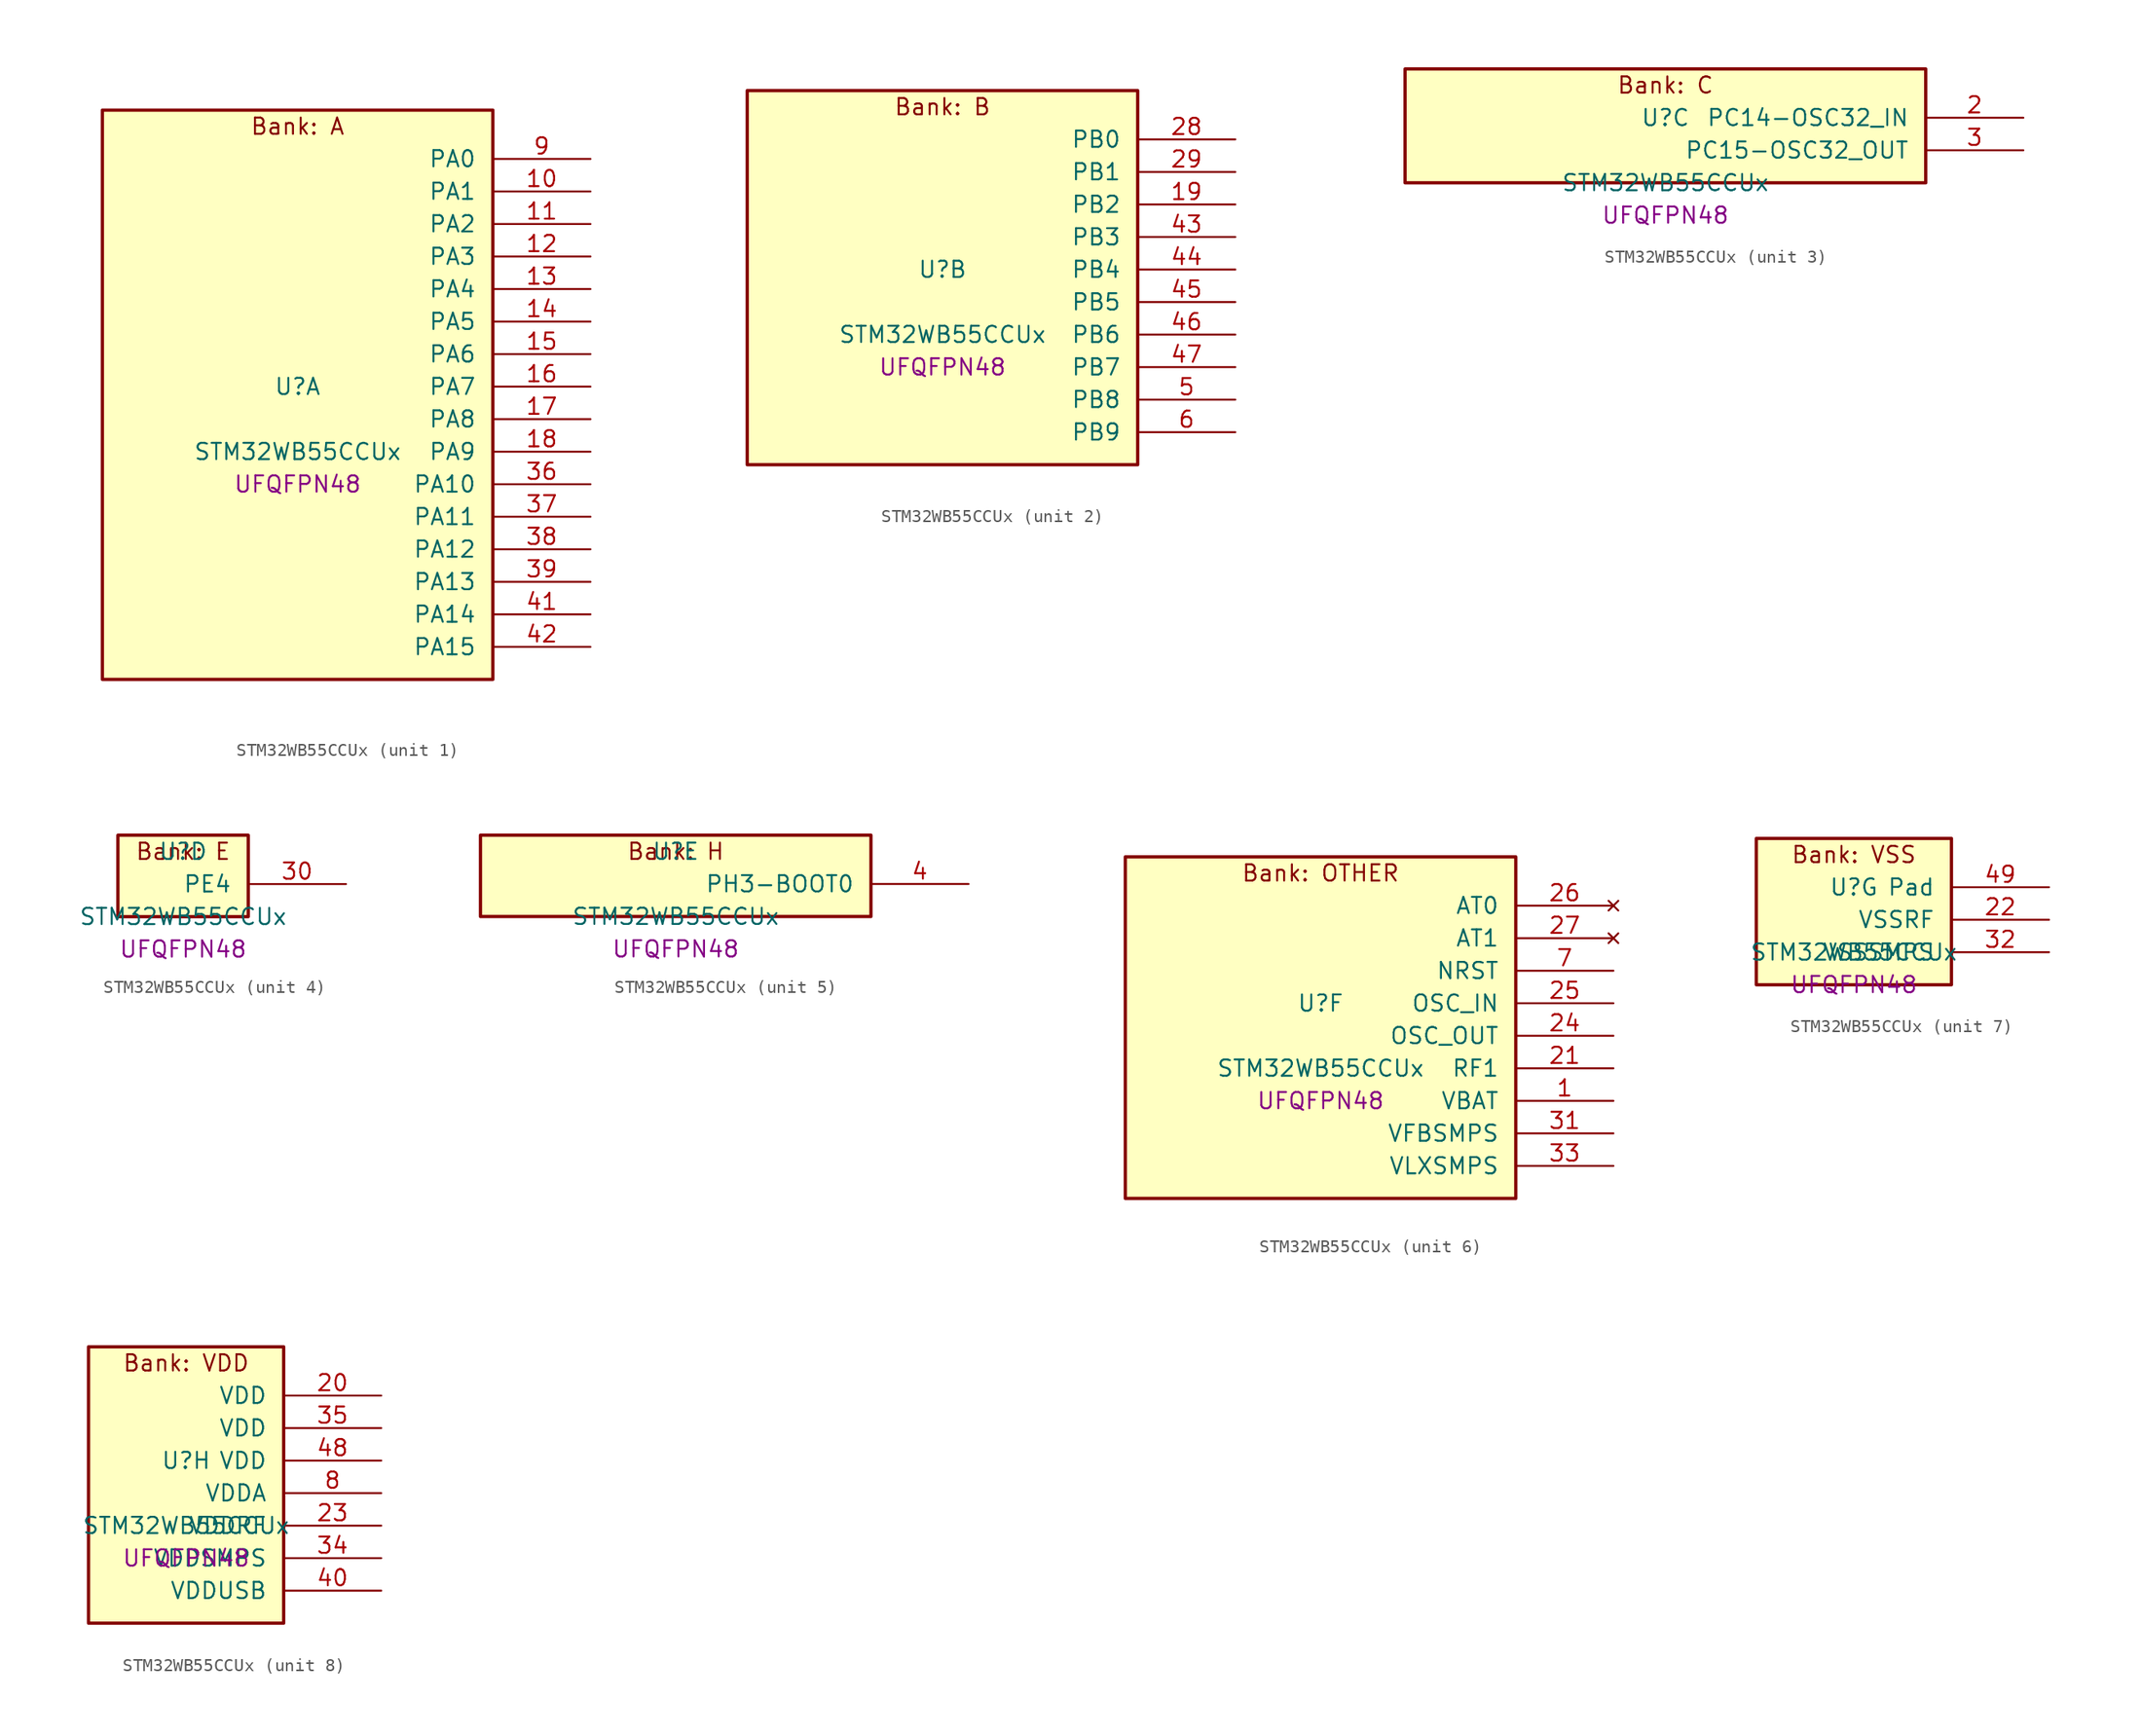
<source format=kicad_sym>
(kicad_symbol_lib
  (version 20241209)
  (generator "stm32_pkl_generator")
  (generator_version "1.0")
  (symbol "STM32WB55CCUx"
    (pin_names
      (offset 1.27))
    (property "Reference" "U"
      (at 0 2.54 0))
    (property "Value" "STM32WB55CCUx"
      (at 0 -2.54 0))
    (property "Footprint" "UFQFPN48"
      (at 0 -5.08 0))
    (symbol "STM32WB55CCUx_1_1"
      (rectangle (start -15.24 24.13) (end 15.24 -20.32) (stroke (width 0.254) (type solid)) (fill (type background)))
      (text "Bank: A" (at 0 22.86 0))
      (pin bidirectional line (at 22.86 20.32 180) (length 7.62) (name "PA0") (number "9") (alternate "PA0/ADC1_IN5" bidirectional line) (alternate "PA0/COMP1_INM" bidirectional line) (alternate "PA0/COMP1_OUT" bidirectional line) (alternate "PA0/RTC_TAMP2" bidirectional line) (alternate "PA0/SAI1_EXTCLK" bidirectional line) (alternate "PA0/SYS_WKUP1" bidirectional line) (alternate "PA0/TIM2_CH1" bidirectional line) (alternate "PA0/TIM2_ETR" bidirectional line))
      (pin bidirectional line (at 22.86 17.78 180) (length 7.62) (name "PA1") (number "10") (alternate "PA1/ADC1_IN6" bidirectional line) (alternate "PA1/COMP1_INP" bidirectional line) (alternate "PA1/I2C1_SMBA" bidirectional line) (alternate "PA1/LCD_SEG0" bidirectional line) (alternate "PA1/SPI1_SCK" bidirectional line) (alternate "PA1/TIM2_CH2" bidirectional line))
      (pin bidirectional line (at 22.86 15.24 180) (length 7.62) (name "PA2") (number "11") (alternate "PA2/ADC1_IN7" bidirectional line) (alternate "PA2/COMP2_INM" bidirectional line) (alternate "PA2/COMP2_OUT" bidirectional line) (alternate "PA2/LCD_SEG1" bidirectional line) (alternate "PA2/LPUART1_TX" bidirectional line) (alternate "PA2/QUADSPI_BK1_NCS" bidirectional line) (alternate "PA2/RCC_LSCO" bidirectional line) (alternate "PA2/SYS_WKUP4" bidirectional line) (alternate "PA2/TIM2_CH3" bidirectional line))
      (pin bidirectional line (at 22.86 12.7 180) (length 7.62) (name "PA3") (number "12") (alternate "PA3/ADC1_IN8" bidirectional line) (alternate "PA3/COMP2_INP" bidirectional line) (alternate "PA3/LCD_SEG2" bidirectional line) (alternate "PA3/LPUART1_RX" bidirectional line) (alternate "PA3/QUADSPI_CLK" bidirectional line) (alternate "PA3/SAI1_CK1" bidirectional line) (alternate "PA3/SAI1_MCLK_A" bidirectional line) (alternate "PA3/TIM2_CH4" bidirectional line))
      (pin bidirectional line (at 22.86 10.16 180) (length 7.62) (name "PA4") (number "13") (alternate "PA4/ADC1_IN9" bidirectional line) (alternate "PA4/COMP1_INM" bidirectional line) (alternate "PA4/COMP2_INM" bidirectional line) (alternate "PA4/LCD_SEG5" bidirectional line) (alternate "PA4/LPTIM2_OUT" bidirectional line) (alternate "PA4/SAI1_FS_B" bidirectional line) (alternate "PA4/SPI1_NSS" bidirectional line))
      (pin bidirectional line (at 22.86 7.62 180) (length 7.62) (name "PA5") (number "14") (alternate "PA5/ADC1_IN10" bidirectional line) (alternate "PA5/COMP1_INM" bidirectional line) (alternate "PA5/COMP2_INM" bidirectional line) (alternate "PA5/LPTIM2_ETR" bidirectional line) (alternate "PA5/SAI1_SD_B" bidirectional line) (alternate "PA5/SPI1_SCK" bidirectional line) (alternate "PA5/TIM2_CH1" bidirectional line) (alternate "PA5/TIM2_ETR" bidirectional line))
      (pin bidirectional line (at 22.86 5.08 180) (length 7.62) (name "PA6") (number "15") (alternate "PA6/ADC1_IN11" bidirectional line) (alternate "PA6/LCD_SEG3" bidirectional line) (alternate "PA6/LPUART1_CTS" bidirectional line) (alternate "PA6/QUADSPI_BK1_IO3" bidirectional line) (alternate "PA6/SPI1_MISO" bidirectional line) (alternate "PA6/TIM16_CH1" bidirectional line) (alternate "PA6/TIM1_BKIN" bidirectional line))
      (pin bidirectional line (at 22.86 2.54 180) (length 7.62) (name "PA7") (number "16") (alternate "PA7/ADC1_IN12" bidirectional line) (alternate "PA7/COMP2_OUT" bidirectional line) (alternate "PA7/I2C3_SCL" bidirectional line) (alternate "PA7/LCD_SEG4" bidirectional line) (alternate "PA7/QUADSPI_BK1_IO2" bidirectional line) (alternate "PA7/SPI1_MOSI" bidirectional line) (alternate "PA7/TIM17_CH1" bidirectional line) (alternate "PA7/TIM1_CH1N" bidirectional line))
      (pin bidirectional line (at 22.86 0 180) (length 7.62) (name "PA8") (number "17") (alternate "PA8/ADC1_IN15" bidirectional line) (alternate "PA8/LCD_COM0" bidirectional line) (alternate "PA8/LPTIM2_OUT" bidirectional line) (alternate "PA8/RCC_MCO" bidirectional line) (alternate "PA8/SAI1_CK2" bidirectional line) (alternate "PA8/SAI1_SCK_A" bidirectional line) (alternate "PA8/TIM1_CH1" bidirectional line) (alternate "PA8/USART1_CK" bidirectional line))
      (pin bidirectional line (at 22.86 -2.54 180) (length 7.62) (name "PA9") (number "18") (alternate "PA9/ADC1_IN16" bidirectional line) (alternate "PA9/COMP1_INM" bidirectional line) (alternate "PA9/I2C1_SCL" bidirectional line) (alternate "PA9/LCD_COM1" bidirectional line) (alternate "PA9/SAI1_D2" bidirectional line) (alternate "PA9/SAI1_FS_A" bidirectional line) (alternate "PA9/TIM1_CH2" bidirectional line) (alternate "PA9/USART1_TX" bidirectional line))
      (pin bidirectional line (at 22.86 -5.08 180) (length 7.62) (name "PA10") (number "36") (alternate "PA10/CRS_SYNC" bidirectional line) (alternate "PA10/I2C1_SDA" bidirectional line) (alternate "PA10/LCD_COM2" bidirectional line) (alternate "PA10/SAI1_D1" bidirectional line) (alternate "PA10/SAI1_SD_A" bidirectional line) (alternate "PA10/TIM17_BKIN" bidirectional line) (alternate "PA10/TIM1_CH3" bidirectional line) (alternate "PA10/USART1_RX" bidirectional line))
      (pin bidirectional line (at 22.86 -7.62 180) (length 7.62) (name "PA11") (number "37") (alternate "PA11/ADC1_EXTI11" bidirectional line) (alternate "PA11/SPI1_MISO" bidirectional line) (alternate "PA11/TIM1_BKIN2" bidirectional line) (alternate "PA11/TIM1_CH4" bidirectional line) (alternate "PA11/USART1_CTS" bidirectional line) (alternate "PA11/USART1_NSS" bidirectional line) (alternate "PA11/USB_DM" bidirectional line))
      (pin bidirectional line (at 22.86 -10.16 180) (length 7.62) (name "PA12") (number "38") (alternate "PA12/LPUART1_RX" bidirectional line) (alternate "PA12/SPI1_MOSI" bidirectional line) (alternate "PA12/TIM1_ETR" bidirectional line) (alternate "PA12/USART1_DE" bidirectional line) (alternate "PA12/USART1_RTS" bidirectional line) (alternate "PA12/USB_DP" bidirectional line))
      (pin bidirectional line (at 22.86 -12.7 180) (length 7.62) (name "PA13") (number "39") (alternate "PA13/IR_OUT" bidirectional line) (alternate "PA13/SAI1_SD_B" bidirectional line) (alternate "PA13/SYS_JTMS-SWDIO" bidirectional line) (alternate "PA13/USB_NOE" bidirectional line))
      (pin bidirectional line (at 22.86 -15.24 180) (length 7.62) (name "PA14") (number "41") (alternate "PA14/I2C1_SMBA" bidirectional line) (alternate "PA14/LCD_SEG5" bidirectional line) (alternate "PA14/LPTIM1_OUT" bidirectional line) (alternate "PA14/SAI1_FS_B" bidirectional line) (alternate "PA14/SYS_JTCK-SWCLK" bidirectional line))
      (pin bidirectional line (at 22.86 -17.78 180) (length 7.62) (name "PA15") (number "42") (alternate "PA15/ADC1_EXTI15" bidirectional line) (alternate "PA15/LCD_SEG17" bidirectional line) (alternate "PA15/RCC_MCO" bidirectional line) (alternate "PA15/SPI1_NSS" bidirectional line) (alternate "PA15/SYS_JTDI" bidirectional line) (alternate "PA15/TIM2_CH1" bidirectional line) (alternate "PA15/TIM2_ETR" bidirectional line)))
    (symbol "STM32WB55CCUx_2_1"
      (rectangle (start -15.24 16.51) (end 15.24 -12.7) (stroke (width 0.254) (type solid)) (fill (type background)))
      (text "Bank: B" (at 0 15.24 0))
      (pin bidirectional line (at 22.86 12.7 180) (length 7.62) (name "PB0") (number "28") (alternate "PB0/COMP1_OUT" bidirectional line) (alternate "PB0/RF_TX_MOD_EXT_PA" bidirectional line))
      (pin bidirectional line (at 22.86 10.16 180) (length 7.62) (name "PB1") (number "29") (alternate "PB1/LPTIM2_IN1" bidirectional line) (alternate "PB1/LPUART1_DE" bidirectional line) (alternate "PB1/LPUART1_RTS" bidirectional line))
      (pin bidirectional line (at 22.86 7.62 180) (length 7.62) (name "PB2") (number "19") (alternate "PB2/COMP1_INP" bidirectional line) (alternate "PB2/I2C3_SMBA" bidirectional line) (alternate "PB2/LCD_VLCD" bidirectional line) (alternate "PB2/LPTIM1_OUT" bidirectional line) (alternate "PB2/RTC_OUT2" bidirectional line) (alternate "PB2/SAI1_EXTCLK" bidirectional line) (alternate "PB2/SPI1_NSS" bidirectional line))
      (pin bidirectional line (at 22.86 5.08 180) (length 7.62) (name "PB3") (number "43") (alternate "PB3/COMP2_INM" bidirectional line) (alternate "PB3/LCD_SEG7" bidirectional line) (alternate "PB3/SAI1_SCK_B" bidirectional line) (alternate "PB3/SPI1_SCK" bidirectional line) (alternate "PB3/SYS_JTDO-SWO" bidirectional line) (alternate "PB3/TIM2_CH2" bidirectional line) (alternate "PB3/USART1_DE" bidirectional line) (alternate "PB3/USART1_RTS" bidirectional line))
      (pin bidirectional line (at 22.86 2.54 180) (length 7.62) (name "PB4") (number "44") (alternate "PB4/COMP2_INP" bidirectional line) (alternate "PB4/I2C3_SDA" bidirectional line) (alternate "PB4/LCD_SEG8" bidirectional line) (alternate "PB4/SAI1_MCLK_B" bidirectional line) (alternate "PB4/SPI1_MISO" bidirectional line) (alternate "PB4/SYS_JTRST" bidirectional line) (alternate "PB4/TIM17_BKIN" bidirectional line) (alternate "PB4/USART1_CTS" bidirectional line) (alternate "PB4/USART1_NSS" bidirectional line))
      (pin bidirectional line (at 22.86 0 180) (length 7.62) (name "PB5") (number "45") (alternate "PB5/COMP2_OUT" bidirectional line) (alternate "PB5/I2C1_SMBA" bidirectional line) (alternate "PB5/LCD_SEG9" bidirectional line) (alternate "PB5/LPTIM1_IN1" bidirectional line) (alternate "PB5/LPUART1_TX" bidirectional line) (alternate "PB5/SAI1_SD_B" bidirectional line) (alternate "PB5/SPI1_MOSI" bidirectional line) (alternate "PB5/TIM16_BKIN" bidirectional line) (alternate "PB5/USART1_CK" bidirectional line))
      (pin bidirectional line (at 22.86 -2.54 180) (length 7.62) (name "PB6") (number "46") (alternate "PB6/COMP2_INP" bidirectional line) (alternate "PB6/I2C1_SCL" bidirectional line) (alternate "PB6/LCD_SEG6" bidirectional line) (alternate "PB6/LPTIM1_ETR" bidirectional line) (alternate "PB6/RCC_MCO" bidirectional line) (alternate "PB6/SAI1_FS_B" bidirectional line) (alternate "PB6/TIM16_CH1N" bidirectional line) (alternate "PB6/USART1_TX" bidirectional line))
      (pin bidirectional line (at 22.86 -5.08 180) (length 7.62) (name "PB7") (number "47") (alternate "PB7/COMP2_INM" bidirectional line) (alternate "PB7/I2C1_SDA" bidirectional line) (alternate "PB7/LCD_SEG21" bidirectional line) (alternate "PB7/LPTIM1_IN2" bidirectional line) (alternate "PB7/SYS_PVD_IN" bidirectional line) (alternate "PB7/TIM17_CH1N" bidirectional line) (alternate "PB7/TIM1_BKIN" bidirectional line) (alternate "PB7/USART1_RX" bidirectional line))
      (pin bidirectional line (at 22.86 -7.62 180) (length 7.62) (name "PB8") (number "5") (alternate "PB8/I2C1_SCL" bidirectional line) (alternate "PB8/LCD_SEG16" bidirectional line) (alternate "PB8/QUADSPI_BK1_IO1" bidirectional line) (alternate "PB8/SAI1_CK1" bidirectional line) (alternate "PB8/SAI1_MCLK_A" bidirectional line) (alternate "PB8/TIM16_CH1" bidirectional line) (alternate "PB8/TIM1_CH2N" bidirectional line))
      (pin bidirectional line (at 22.86 -10.16 180) (length 7.62) (name "PB9") (number "6") (alternate "PB9/I2C1_SDA" bidirectional line) (alternate "PB9/IR_OUT" bidirectional line) (alternate "PB9/LCD_COM3" bidirectional line) (alternate "PB9/QUADSPI_BK1_IO0" bidirectional line) (alternate "PB9/SAI1_D2" bidirectional line) (alternate "PB9/SAI1_FS_A" bidirectional line) (alternate "PB9/TIM17_CH1" bidirectional line) (alternate "PB9/TIM1_CH3N" bidirectional line)))
    (symbol "STM32WB55CCUx_3_1"
      (rectangle (start -20.32 6.35) (end 20.32 -2.54) (stroke (width 0.254) (type solid)) (fill (type background)))
      (text "Bank: C" (at 0 5.08 0))
      (pin bidirectional line (at 27.94 2.54 180) (length 7.62) (name "PC14-OSC32_IN") (number "2") (alternate "PC14-OSC32_IN/RCC_OSC32_IN" bidirectional line))
      (pin bidirectional line (at 27.94 0 180) (length 7.62) (name "PC15-OSC32_OUT") (number "3") (alternate "PC15-OSC32_OUT/ADC1_EXTI15" bidirectional line) (alternate "PC15-OSC32_OUT/RCC_OSC32_OUT" bidirectional line)))
    (symbol "STM32WB55CCUx_4_1"
      (rectangle (start -5.08 3.81) (end 5.08 -2.54) (stroke (width 0.254) (type solid)) (fill (type background)))
      (text "Bank: E" (at 0 2.54 0))
      (pin bidirectional line (at 12.7 0 180) (length 7.62) (name "PE4") (number "30")))
    (symbol "STM32WB55CCUx_5_1"
      (rectangle (start -15.24 3.81) (end 15.24 -2.54) (stroke (width 0.254) (type solid)) (fill (type background)))
      (text "Bank: H" (at 0 2.54 0))
      (pin bidirectional line (at 22.86 0 180) (length 7.62) (name "PH3-BOOT0") (number "4") (alternate "PH3-BOOT0/RCC_LSCO" bidirectional line)))
    (symbol "STM32WB55CCUx_6_1"
      (rectangle (start -15.24 13.97) (end 15.24 -12.7) (stroke (width 0.254) (type solid)) (fill (type background)))
      (text "Bank: OTHER" (at 0 12.7 0))
      (pin no_connect line (at 22.86 10.16 180) (length 7.62) (name "AT0") (number "26"))
      (pin no_connect line (at 22.86 7.62 180) (length 7.62) (name "AT1") (number "27"))
      (pin input line (at 22.86 5.08 180) (length 7.62) (name "NRST") (number "7"))
      (pin bidirectional line (at 22.86 2.54 180) (length 7.62) (name "OSC_IN") (number "25") (alternate "OSC_IN/RCC_OSC_IN" bidirectional line))
      (pin bidirectional line (at 22.86 0 180) (length 7.62) (name "OSC_OUT") (number "24") (alternate "OSC_OUT/RCC_OSC_OUT" bidirectional line))
      (pin bidirectional line (at 22.86 -2.54 180) (length 7.62) (name "RF1") (number "21") (alternate "RF1/RF_RF1" bidirectional line))
      (pin power_in line (at 22.86 -5.08 180) (length 7.62) (name "VBAT") (number "1"))
      (pin power_in line (at 22.86 -7.62 180) (length 7.62) (name "VFBSMPS") (number "31"))
      (pin power_in line (at 22.86 -10.16 180) (length 7.62) (name "VLXSMPS") (number "33")))
    (symbol "STM32WB55CCUx_7_1"
      (rectangle (start -7.62 6.35) (end 7.62 -5.08) (stroke (width 0.254) (type solid)) (fill (type background)))
      (text "Bank: VSS" (at 0 5.08 0))
      (pin passive line (at 15.24 2.54 180) (length 7.62) (name "Pad") (number "49"))
      (pin power_in line (at 15.24 0 180) (length 7.62) (name "VSSRF") (number "22"))
      (pin power_in line (at 15.24 -2.54 180) (length 7.62) (name "VSSSMPS") (number "32")))
    (symbol "STM32WB55CCUx_8_1"
      (rectangle (start -7.62 11.43) (end 7.62 -10.16) (stroke (width 0.254) (type solid)) (fill (type background)))
      (text "Bank: VDD" (at 0 10.16 0))
      (pin power_in line (at 15.24 7.62 180) (length 7.62) (name "VDD") (number "20"))
      (pin power_in line (at 15.24 5.08 180) (length 7.62) (name "VDD") (number "35"))
      (pin power_in line (at 15.24 2.54 180) (length 7.62) (name "VDD") (number "48"))
      (pin power_in line (at 15.24 0 180) (length 7.62) (name "VDDA") (number "8"))
      (pin power_in line (at 15.24 -2.54 180) (length 7.62) (name "VDDRF") (number "23"))
      (pin power_in line (at 15.24 -5.08 180) (length 7.62) (name "VDDSMPS") (number "34"))
      (pin power_in line (at 15.24 -7.62 180) (length 7.62) (name "VDDUSB") (number "40")))))
</source>
